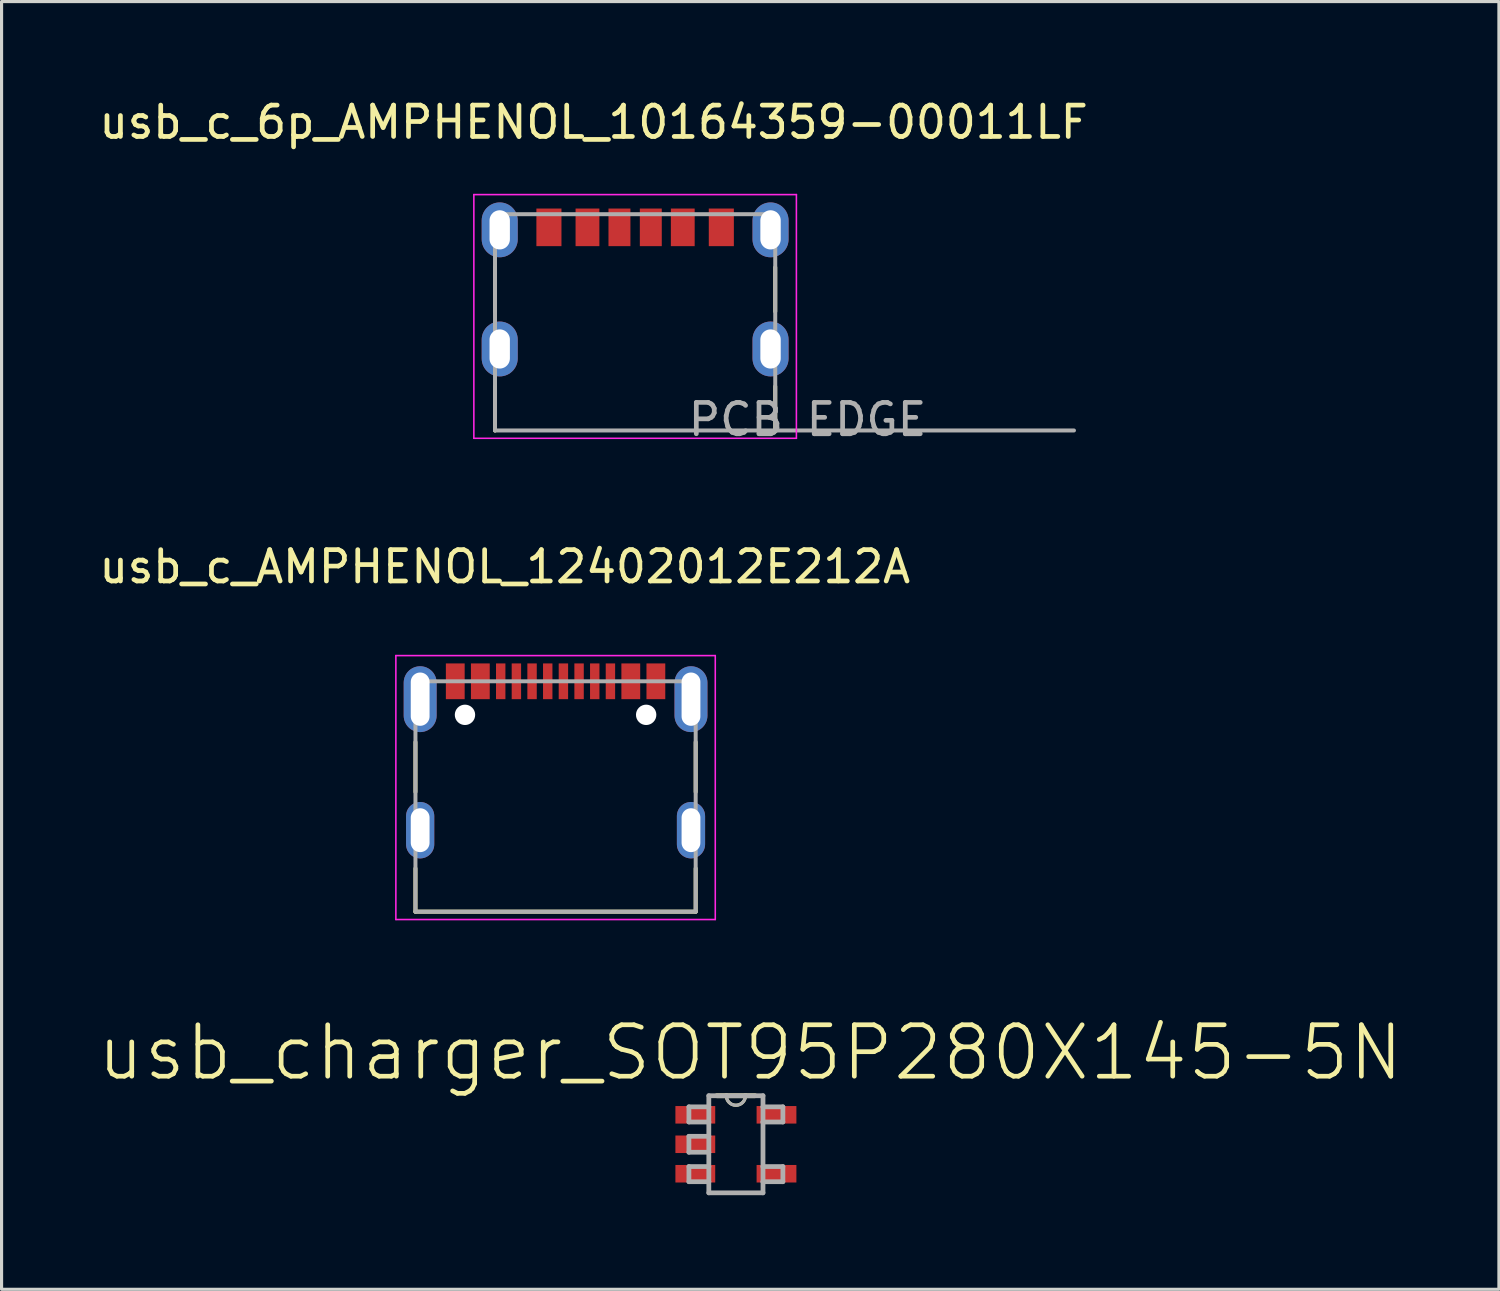
<source format=kicad_pcb>
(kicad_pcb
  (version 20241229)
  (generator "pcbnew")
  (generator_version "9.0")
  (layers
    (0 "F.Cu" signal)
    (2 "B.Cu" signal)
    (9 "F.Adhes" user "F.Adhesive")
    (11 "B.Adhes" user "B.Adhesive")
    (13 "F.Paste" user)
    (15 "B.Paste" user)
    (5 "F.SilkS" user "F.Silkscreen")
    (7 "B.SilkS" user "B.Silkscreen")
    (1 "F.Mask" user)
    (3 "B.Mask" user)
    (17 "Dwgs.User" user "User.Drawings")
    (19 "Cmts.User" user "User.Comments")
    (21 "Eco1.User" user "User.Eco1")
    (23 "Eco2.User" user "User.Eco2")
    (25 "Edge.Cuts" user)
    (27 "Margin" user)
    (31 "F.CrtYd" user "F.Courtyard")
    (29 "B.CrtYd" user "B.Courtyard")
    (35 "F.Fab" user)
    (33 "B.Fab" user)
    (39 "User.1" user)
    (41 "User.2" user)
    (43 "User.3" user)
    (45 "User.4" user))
  (footprint "usb_c_6p_AMPHENOL_10164359-00011LF"
    (layer "F.Cu")
    (at 17.212 7.233)
    (property "Reference" "usb_c_6p_AMPHENOL_10164359-00011LF" (at -1.325 -6.385 0) (layer "F.SilkS") (effects (font (size 1 1) (thickness 0.15))))
    (attr smd)
    (fp_line (start -4.47 -1.755) (end -4.47 -0.345) (stroke (width 0.127) (type solid)) (layer "F.SilkS"))
    (fp_line (start -4.47 3.45) (end -4.47 2.045) (stroke (width 0.127) (type solid)) (layer "F.SilkS"))
    (fp_line (start 4.47 -1.755) (end 4.47 -0.345) (stroke (width 0.127) (type solid)) (layer "F.SilkS"))
    (fp_line (start 4.47 3.45) (end 4.47 2.045) (stroke (width 0.127) (type solid)) (layer "F.SilkS"))
    (fp_line (start -5.145 -4.075) (end -5.145 3.7) (stroke (width 0.05) (type solid)) (layer "F.CrtYd"))
    (fp_line (start -5.145 3.7) (end 5.145 3.7) (stroke (width 0.05) (type solid)) (layer "F.CrtYd"))
    (fp_line (start 5.145 -4.075) (end -5.145 -4.075) (stroke (width 0.05) (type solid)) (layer "F.CrtYd"))
    (fp_line (start 5.145 3.7) (end 5.145 -4.075) (stroke (width 0.05) (type solid)) (layer "F.CrtYd"))
    (fp_line (start -4.47 -3.45) (end 4.47 -3.45) (stroke (width 0.127) (type solid)) (layer "F.Fab"))
    (fp_line (start -4.47 3.45) (end -4.47 -3.45) (stroke (width 0.127) (type solid)) (layer "F.Fab"))
    (fp_line (start 4.47 -3.45) (end 4.47 3.45) (stroke (width 0.127) (type solid)) (layer "F.Fab"))
    (fp_line (start 4.47 3.45) (end -4.47 3.45) (stroke (width 0.127) (type solid)) (layer "F.Fab"))
    (fp_line (start 14 3.45) (end 4.47 3.45) (stroke (width 0.127) (type solid)) (layer "F.Fab"))
    (fp_text user "PCB EDGE" (at 5.5 3.1 0) (layer "F.Fab") (effects (font (size 1 1) (thickness 0.15))))
    (pad "A5" smd rect (at -0.5 -3.03) (size 0.7 1.2) (layers "F.Cu" "F.Mask" "F.Paste"))
    (pad "A9" smd rect (at 1.52 -3.03) (size 0.76 1.2) (layers "F.Cu" "F.Mask" "F.Paste"))
    (pad "A12" smd rect (at 2.75 -3.03) (size 0.8 1.2) (layers "F.Cu" "F.Mask" "F.Paste"))
    (pad "B5" smd rect (at 0.5 -3.03) (size 0.7 1.2) (layers "F.Cu" "F.Mask" "F.Paste"))
    (pad "B9" smd rect (at -1.52 -3.03) (size 0.76 1.2) (layers "F.Cu" "F.Mask" "F.Paste"))
    (pad "B12" smd rect (at -2.75 -3.03) (size 0.8 1.2) (layers "F.Cu" "F.Mask" "F.Paste"))
    (pad "SH1" thru_hole oval (at -4.32 -2.95) (size 1.15 1.75) (drill oval 0.65 1.25) (layers "*.Cu" "*.Mask"))
    (pad "SH2" thru_hole oval (at 4.32 -2.95) (size 1.15 1.75) (drill oval 0.65 1.25) (layers "*.Cu" "*.Mask"))
    (pad "SH3" thru_hole oval (at -4.32 0.85) (size 1.15 1.75) (drill oval 0.65 1.25) (layers "*.Cu" "*.Mask"))
    (pad "SH4" thru_hole oval (at 4.32 0.85) (size 1.15 1.75) (drill oval 0.65 1.25) (layers "*.Cu" "*.Mask")))
  (footprint "usb_c_AMPHENOL_12402012E212A"
    (layer "F.Cu")
    (at 14.674 23.435)
    (property "Reference" "usb_c_AMPHENOL_12402012E212A" (at -1.62 -8.405 0) (layer "F.SilkS") (effects (font (size 1 1) (thickness 0.15))))
    (attr smd)
    (fp_line (start -4.47 -2.81) (end -4.47 -1.22) (stroke (width 0.127) (type solid)) (layer "F.SilkS"))
    (fp_line (start -4.47 2.6) (end -4.47 1.22) (stroke (width 0.127) (type solid)) (layer "F.SilkS"))
    (fp_line (start 4.47 -2.81) (end 4.47 -1.22) (stroke (width 0.127) (type solid)) (layer "F.SilkS"))
    (fp_line (start 4.47 2.6) (end -4.47 2.6) (stroke (width 0.127) (type solid)) (layer "F.SilkS"))
    (fp_line (start 4.47 2.6) (end 4.47 1.22) (stroke (width 0.127) (type solid)) (layer "F.SilkS"))
    (fp_line (start -5.095 -5.57) (end -5.095 2.85) (stroke (width 0.05) (type solid)) (layer "F.CrtYd"))
    (fp_line (start -5.095 2.85) (end 5.095 2.85) (stroke (width 0.05) (type solid)) (layer "F.CrtYd"))
    (fp_line (start 5.095 -5.57) (end -5.095 -5.57) (stroke (width 0.05) (type solid)) (layer "F.CrtYd"))
    (fp_line (start 5.095 2.85) (end 5.095 -5.57) (stroke (width 0.05) (type solid)) (layer "F.CrtYd"))
    (fp_line (start -4.47 -4.75) (end 4.47 -4.75) (stroke (width 0.127) (type solid)) (layer "F.Fab"))
    (fp_line (start -4.47 2.6) (end -4.47 -4.75) (stroke (width 0.127) (type solid)) (layer "F.Fab"))
    (fp_line (start 4.47 -4.75) (end 4.47 2.6) (stroke (width 0.127) (type solid)) (layer "F.Fab"))
    (fp_line (start 4.47 2.6) (end -4.47 2.6) (stroke (width 0.127) (type solid)) (layer "F.Fab"))
    (pad "" np_thru_hole circle (at -2.89 -3.68) (size 0.65 0.65) (drill 0.65) (layers "*.Cu" "*.Mask"))
    (pad "" np_thru_hole circle (at 2.89 -3.68) (size 0.65 0.65) (drill 0.65) (layers "*.Cu" "*.Mask"))
    (pad "A1_B12" smd rect (at -3.2 -4.75) (size 0.6 1.14) (layers "F.Cu" "F.Mask" "F.Paste"))
    (pad "A4_B9" smd rect (at -2.4 -4.75) (size 0.6 1.14) (layers "F.Cu" "F.Mask" "F.Paste"))
    (pad "A5" smd rect (at -1.25 -4.75) (size 0.3 1.14) (layers "F.Cu" "F.Mask" "F.Paste"))
    (pad "A6" smd rect (at -0.25 -4.75) (size 0.3 1.14) (layers "F.Cu" "F.Mask" "F.Paste"))
    (pad "A7" smd rect (at 0.25 -4.75) (size 0.3 1.14) (layers "F.Cu" "F.Mask" "F.Paste"))
    (pad "A8" smd rect (at 1.25 -4.75) (size 0.3 1.14) (layers "F.Cu" "F.Mask" "F.Paste"))
    (pad "B1_A12" smd rect (at 3.2 -4.75) (size 0.6 1.14) (layers "F.Cu" "F.Mask" "F.Paste"))
    (pad "B4_A9" smd rect (at 2.4 -4.75) (size 0.6 1.14) (layers "F.Cu" "F.Mask" "F.Paste"))
    (pad "B5" smd rect (at 1.75 -4.75) (size 0.3 1.14) (layers "F.Cu" "F.Mask" "F.Paste"))
    (pad "B6" smd rect (at 0.75 -4.75) (size 0.3 1.14) (layers "F.Cu" "F.Mask" "F.Paste"))
    (pad "B7" smd rect (at -0.75 -4.75) (size 0.3 1.14) (layers "F.Cu" "F.Mask" "F.Paste"))
    (pad "B8" smd rect (at -1.75 -4.75) (size 0.3 1.14) (layers "F.Cu" "F.Mask" "F.Paste"))
    (pad "SH1" thru_hole oval (at -4.32 -4.18) (size 1.05 2.1) (drill oval 0.6 1.7) (layers "*.Cu" "*.Mask"))
    (pad "SH2" thru_hole oval (at 4.32 -4.18) (size 1.05 2.1) (drill oval 0.6 1.7) (layers "*.Cu" "*.Mask"))
    (pad "SH3" thru_hole oval (at -4.32 0) (size 0.9 1.8) (drill oval 0.6 1.4) (layers "*.Cu" "*.Mask"))
    (pad "SH4" thru_hole oval (at 4.32 0) (size 0.9 1.8) (drill oval 0.6 1.4) (layers "*.Cu" "*.Mask")))
  (footprint "usb_charger_SOT95P280X145-5N"
    (layer "F.Cu")
    (at 20.427 33.455)
    (property "Reference" "usb_charger_SOT95P280X145-5N" (at 0.457 -2.923 0) (layer "F.SilkS") (effects (font (size 1.641 1.641) (thickness 0.15))))
    (attr smd)
    (fp_line (start -0.305 -1.549) (end -0.61 -1.549) (stroke (width 0.152) (type solid)) (layer "F.SilkS"))
    (fp_line (start 0.305 -1.549) (end -0.305 -1.549) (stroke (width 0.152) (type solid)) (layer "F.SilkS"))
    (fp_line (start 0.61 -1.549) (end 0.305 -1.549) (stroke (width 0.152) (type solid)) (layer "F.SilkS"))
    (fp_arc (start 0.3048 -1.5494) (mid 0 -1.2446) (end -0.3048 -1.5494) (stroke (width 0.1) (type solid)) (layer "F.SilkS"))
    (fp_line (start -1.499 -1.194) (end -1.499 -0.711) (stroke (width 0.152) (type solid)) (layer "F.Fab"))
    (fp_line (start -1.499 -0.711) (end -0.864 -0.711) (stroke (width 0.152) (type solid)) (layer "F.Fab"))
    (fp_line (start -1.499 -0.254) (end -1.499 0.254) (stroke (width 0.152) (type solid)) (layer "F.Fab"))
    (fp_line (start -1.499 0.254) (end -0.864 0.254) (stroke (width 0.152) (type solid)) (layer "F.Fab"))
    (fp_line (start -1.499 0.711) (end -1.499 1.194) (stroke (width 0.152) (type solid)) (layer "F.Fab"))
    (fp_line (start -1.499 1.194) (end -0.864 1.194) (stroke (width 0.152) (type solid)) (layer "F.Fab"))
    (fp_line (start -0.864 -1.549) (end -0.864 -1.194) (stroke (width 0.152) (type solid)) (layer "F.Fab"))
    (fp_line (start -0.864 -1.194) (end -1.499 -1.194) (stroke (width 0.152) (type solid)) (layer "F.Fab"))
    (fp_line (start -0.864 -1.194) (end -0.864 -0.711) (stroke (width 0.152) (type solid)) (layer "F.Fab"))
    (fp_line (start -0.864 -0.711) (end -0.864 -0.254) (stroke (width 0.152) (type solid)) (layer "F.Fab"))
    (fp_line (start -0.864 -0.254) (end -1.499 -0.254) (stroke (width 0.152) (type solid)) (layer "F.Fab"))
    (fp_line (start -0.864 -0.254) (end -0.864 0.254) (stroke (width 0.152) (type solid)) (layer "F.Fab"))
    (fp_line (start -0.864 0.254) (end -0.864 0.711) (stroke (width 0.152) (type solid)) (layer "F.Fab"))
    (fp_line (start -0.864 0.711) (end -1.499 0.711) (stroke (width 0.152) (type solid)) (layer "F.Fab"))
    (fp_line (start -0.864 1.194) (end -0.864 0.711) (stroke (width 0.152) (type solid)) (layer "F.Fab"))
    (fp_line (start -0.864 1.549) (end -0.864 1.194) (stroke (width 0.152) (type solid)) (layer "F.Fab"))
    (fp_line (start -0.864 1.549) (end 0.864 1.549) (stroke (width 0.152) (type solid)) (layer "F.Fab"))
    (fp_line (start -0.305 -1.549) (end -0.864 -1.549) (stroke (width 0.152) (type solid)) (layer "F.Fab"))
    (fp_line (start 0.305 -1.549) (end -0.305 -1.549) (stroke (width 0.152) (type solid)) (layer "F.Fab"))
    (fp_line (start 0.864 -1.549) (end 0.305 -1.549) (stroke (width 0.152) (type solid)) (layer "F.Fab"))
    (fp_line (start 0.864 -1.549) (end 0.864 -1.194) (stroke (width 0.152) (type solid)) (layer "F.Fab"))
    (fp_line (start 0.864 -1.194) (end 0.864 -0.711) (stroke (width 0.152) (type solid)) (layer "F.Fab"))
    (fp_line (start 0.864 -0.711) (end 1.499 -0.711) (stroke (width 0.152) (type solid)) (layer "F.Fab"))
    (fp_line (start 0.864 0.711) (end 0.864 -0.711) (stroke (width 0.152) (type solid)) (layer "F.Fab"))
    (fp_line (start 0.864 1.194) (end 0.864 0.711) (stroke (width 0.152) (type solid)) (layer "F.Fab"))
    (fp_line (start 0.864 1.194) (end 1.499 1.194) (stroke (width 0.152) (type solid)) (layer "F.Fab"))
    (fp_line (start 0.864 1.549) (end 0.864 1.194) (stroke (width 0.152) (type solid)) (layer "F.Fab"))
    (fp_line (start 1.499 -1.194) (end 0.864 -1.194) (stroke (width 0.152) (type solid)) (layer "F.Fab"))
    (fp_line (start 1.499 -0.711) (end 1.499 -1.194) (stroke (width 0.152) (type solid)) (layer "F.Fab"))
    (fp_line (start 1.499 0.711) (end 0.864 0.711) (stroke (width 0.152) (type solid)) (layer "F.Fab"))
    (fp_line (start 1.499 1.194) (end 1.499 0.711) (stroke (width 0.152) (type solid)) (layer "F.Fab"))
    (fp_arc (start 0.3048 -1.5494) (mid 0 -1.2446) (end -0.3048 -1.5494) (stroke (width 0.1) (type solid)) (layer "F.Fab"))
    (pad "1" smd rect (at -1.295 -0.94) (size 1.27 0.559) (layers "F.Cu" "F.Mask" "F.Paste"))
    (pad "2" smd rect (at -1.295 0) (size 1.27 0.559) (layers "F.Cu" "F.Mask" "F.Paste"))
    (pad "3" smd rect (at -1.295 0.94) (size 1.27 0.559) (layers "F.Cu" "F.Mask" "F.Paste"))
    (pad "4" smd rect (at 1.295 0.94) (size 1.27 0.559) (layers "F.Cu" "F.Mask" "F.Paste"))
    (pad "5" smd rect (at 1.295 -0.94) (size 1.27 0.559) (layers "F.Cu" "F.Mask" "F.Paste")))
  (gr_rect
    (start -3 -3)
    (end 44.769 38.081)
    (stroke (width 0.1) (type default))
    (fill no)
    (layer "Edge.Cuts")))
</source>
